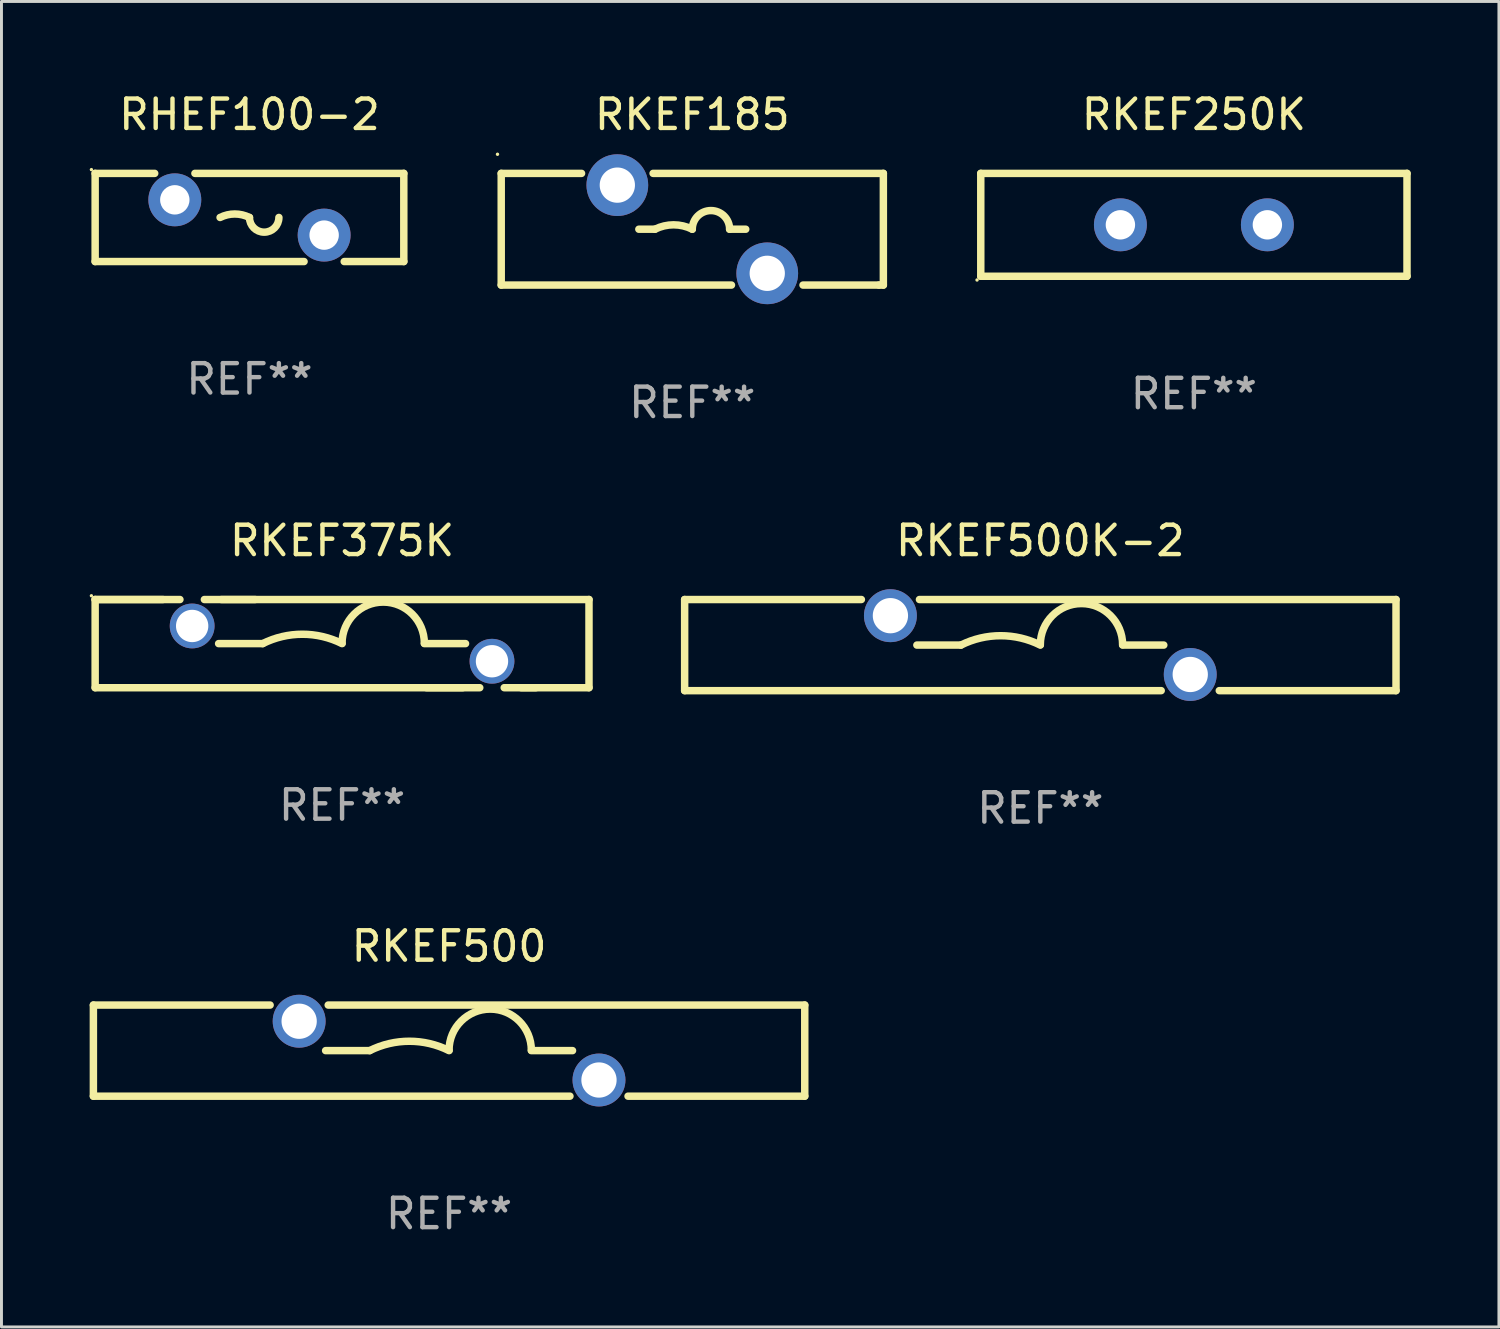
<source format=kicad_pcb>
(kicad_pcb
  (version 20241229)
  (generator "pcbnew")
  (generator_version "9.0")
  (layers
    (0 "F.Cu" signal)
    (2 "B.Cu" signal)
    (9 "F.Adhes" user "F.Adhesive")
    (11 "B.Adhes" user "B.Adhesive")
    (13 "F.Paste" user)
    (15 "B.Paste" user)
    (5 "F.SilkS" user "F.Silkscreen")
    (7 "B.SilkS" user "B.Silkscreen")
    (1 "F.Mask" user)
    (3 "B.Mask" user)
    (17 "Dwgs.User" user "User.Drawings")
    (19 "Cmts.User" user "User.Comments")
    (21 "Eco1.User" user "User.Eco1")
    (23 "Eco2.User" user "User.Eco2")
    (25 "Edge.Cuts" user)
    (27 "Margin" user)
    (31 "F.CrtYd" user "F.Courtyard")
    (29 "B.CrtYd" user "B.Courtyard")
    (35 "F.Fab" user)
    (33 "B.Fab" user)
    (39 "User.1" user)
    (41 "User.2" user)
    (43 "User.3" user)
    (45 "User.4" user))
  (footprint "RKEF185"
    (layer "F.Cu")
    (at 20.501 4.748)
    (property "Reference" "RKEF185" (at 0 -3.9 0) (layer "F.SilkS") (effects (font (size 1 1) (thickness 0.15))))
    (attr through_hole)
    (fp_line (start -6.5 -1.9) (end -6.5 1.9) (stroke (width 0.254) (type solid)) (layer "F.SilkS"))
    (fp_line (start -6.5 -1.9) (end -3.767 -1.9) (stroke (width 0.254) (type solid)) (layer "F.SilkS"))
    (fp_line (start -6.5 1.9) (end 1.333 1.9) (stroke (width 0.254) (type solid)) (layer "F.SilkS"))
    (fp_line (start -1.818 0) (end -1.27 0) (stroke (width 0.254) (type solid)) (layer "F.SilkS"))
    (fp_line (start -1.333 -1.9) (end 6.5 -1.9) (stroke (width 0.254) (type solid)) (layer "F.SilkS"))
    (fp_line (start 1.818 0) (end 1.27 0) (stroke (width 0.254) (type solid)) (layer "F.SilkS"))
    (fp_line (start 3.767 1.9) (end 6.35 1.9) (stroke (width 0.254) (type solid)) (layer "F.SilkS"))
    (fp_line (start 6.35 1.9) (end 6.5 1.9) (stroke (width 0.254) (type solid)) (layer "F.SilkS"))
    (fp_line (start 6.5 -1.9) (end 6.5 1.9) (stroke (width 0.254) (type solid)) (layer "F.SilkS"))
    (fp_arc (start -1.26999 0) (mid -0.634989 -0.149903) (end 0.000013 0) (stroke (width 0.254001) (type solid)) (layer "F.SilkS"))
    (fp_arc (start 0.000013 0) (mid 0.635014 -0.635001) (end 1.270015 0) (stroke (width 0.254001) (type solid)) (layer "F.SilkS"))
    (fp_circle (center -6.627 -2.55) (end -6.597 -2.55) (stroke (width 0.06) (type solid)) (fill no) (layer "F.SilkS"))
    (fp_text user "REF**" (at 0 5.9 0) (layer "F.Fab") (effects (font (size 1 1) (thickness 0.15))))
    (pad "1" thru_hole circle (at -2.55 -1.5) (size 2.1 2.1) (drill 1.2) (layers "*.Cu" "*.Mask"))
    (pad "2" thru_hole circle (at 2.55 1.5) (size 2.1 2.1) (drill 1.2) (layers "*.Cu" "*.Mask")))
  (footprint "RKEF375K"
    (layer "F.Cu")
    (at 8.587 18.845)
    (property "Reference" "RKEF375K" (at 0 -3.5 0) (layer "F.SilkS") (effects (font (size 1 1) (thickness 0.15))))
    (attr through_hole)
    (fp_line (start -8.4 -1.5) (end -8.4 1.5) (stroke (width 0.254) (type solid)) (layer "F.SilkS"))
    (fp_line (start -8.4 -1.5) (end -6.093 -1.5) (stroke (width 0.254) (type solid)) (layer "F.SilkS"))
    (fp_line (start -8.4 -1.5) (end -5.516 -1.5) (stroke (width 0.254) (type solid)) (layer "F.SilkS"))
    (fp_line (start -4.684 -1.5) (end -2.955 -1.5) (stroke (width 0.254) (type solid)) (layer "F.SilkS"))
    (fp_line (start -4.107 -1.5) (end 8.4 -1.5) (stroke (width 0.254) (type solid)) (layer "F.SilkS"))
    (fp_line (start -2.7 -0.000127) (end -4.2 -0.000127) (stroke (width 0.254) (type solid)) (layer "F.SilkS"))
    (fp_line (start 2.8 -0.000127) (end 4.2 -0.000127) (stroke (width 0.254) (type solid)) (layer "F.SilkS"))
    (fp_line (start 2.87 1.5) (end 4.684 1.5) (stroke (width 0.254) (type solid)) (layer "F.SilkS"))
    (fp_line (start 4.107 1.5) (end -8.4 1.5) (stroke (width 0.254) (type solid)) (layer "F.SilkS"))
    (fp_line (start 5.516 1.5) (end 6.596 1.5) (stroke (width 0.254) (type solid)) (layer "F.SilkS"))
    (fp_line (start 8.4 1.5) (end 6.093 1.5) (stroke (width 0.254) (type solid)) (layer "F.SilkS"))
    (fp_line (start 8.4 1.5) (end 8.4 -1.5) (stroke (width 0.254) (type solid)) (layer "F.SilkS"))
    (fp_arc (start -2.700025 -0.000127) (mid -1.350013 -0.318821) (end 0 -0.000127) (stroke (width 0.254001) (type solid)) (layer "F.SilkS"))
    (fp_arc (start 0 -0.012827) (mid 1.399543 -1.411862) (end 2.799086 -0.012827) (stroke (width 0.254001) (type solid)) (layer "F.SilkS"))
    (fp_circle (center -8.527 -1.627) (end -8.497 -1.627) (stroke (width 0.06) (type solid)) (fill no) (layer "F.SilkS"))
    (fp_text user "REF**" (at 0 5.5 0) (layer "F.Fab") (effects (font (size 1 1) (thickness 0.15))))
    (pad "1" thru_hole circle (at -5.1 -0.6) (size 1.524 1.524) (drill 1.1) (layers "*.Cu" "*.Mask"))
    (pad "2" thru_hole circle (at 5.1 0.6) (size 1.524 1.524) (drill 1.1) (layers "*.Cu" "*.Mask")))
  (footprint "RKEF250K"
    (layer "F.Cu")
    (at 37.565 4.598)
    (property "Reference" "RKEF250K" (at 0 -3.75 0) (layer "F.SilkS") (effects (font (size 1 1) (thickness 0.15))))
    (attr through_hole)
    (fp_line (start -7.25 -1.75) (end -7.25 1.75) (stroke (width 0.254) (type solid)) (layer "F.SilkS"))
    (fp_line (start -7.25 -1.75) (end 7.25 -1.75) (stroke (width 0.254) (type solid)) (layer "F.SilkS"))
    (fp_line (start 7.25 -1.75) (end 7.25 1.75) (stroke (width 0.254) (type solid)) (layer "F.SilkS"))
    (fp_line (start 7.25 1.75) (end -7.25 1.75) (stroke (width 0.254) (type solid)) (layer "F.SilkS"))
    (fp_circle (center -7.377 1.877) (end -7.347 1.877) (stroke (width 0.06) (type solid)) (fill no) (layer "F.SilkS"))
    (fp_text user "REF**" (at 0 5.75 0) (layer "F.Fab") (effects (font (size 1 1) (thickness 0.15))))
    (pad "1" thru_hole circle (at -2.5 0) (size 1.8 1.8) (drill 1) (layers "*.Cu" "*.Mask"))
    (pad "2" thru_hole circle (at 2.5 0) (size 1.8 1.8) (drill 1) (layers "*.Cu" "*.Mask")))
  (footprint "RHEF100-2"
    (layer "F.Cu")
    (at 5.437 4.348)
    (property "Reference" "RHEF100-2" (at 0 -3.5 0) (layer "F.SilkS") (effects (font (size 1 1) (thickness 0.15))))
    (attr through_hole)
    (fp_line (start -5.25 -1.5) (end -3.224 -1.5) (stroke (width 0.254) (type solid)) (layer "F.SilkS"))
    (fp_line (start -5.25 1.5) (end -5.25 -1.5) (stroke (width 0.254) (type solid)) (layer "F.SilkS"))
    (fp_line (start -1.856 -1.5) (end 5.25 -1.5) (stroke (width 0.254) (type solid)) (layer "F.SilkS"))
    (fp_line (start 1.857 1.5) (end -5.25 1.5) (stroke (width 0.254) (type solid)) (layer "F.SilkS"))
    (fp_line (start 5.25 -1.5) (end 5.25 1.5) (stroke (width 0.254) (type solid)) (layer "F.SilkS"))
    (fp_line (start 5.25 1.5) (end 3.223 1.5) (stroke (width 0.254) (type solid)) (layer "F.SilkS"))
    (fp_arc (start -1 -0.000127) (mid -0.5 -0.118148) (end 0 -0.000127) (stroke (width 0.254001) (type solid)) (layer "F.SilkS"))
    (fp_arc (start 1.000762 -0.000127) (mid 0.500381 0.5) (end 0 -0.000127) (stroke (width 0.254001) (type solid)) (layer "F.SilkS"))
    (fp_circle (center -5.377 -1.627) (end -5.347 -1.627) (stroke (width 0.06) (type solid)) (fill no) (layer "F.SilkS"))
    (fp_text user "REF**" (at 0 5.5 0) (layer "F.Fab") (effects (font (size 1 1) (thickness 0.15))))
    (pad "1" thru_hole circle (at -2.54 -0.6) (size 1.8 1.8) (drill 1) (layers "*.Cu" "*.Mask"))
    (pad "2" thru_hole circle (at 2.54 0.6) (size 1.8 1.8) (drill 1) (layers "*.Cu" "*.Mask")))
  (footprint "RKEF500K-2"
    (layer "F.Cu")
    (at 32.341 18.895)
    (property "Reference" "RKEF500K-2" (at 0 -3.55 0) (layer "F.SilkS") (effects (font (size 1 1) (thickness 0.15))))
    (attr through_hole)
    (fp_line (start -12.1 -1.55) (end -6.088 -1.55) (stroke (width 0.254) (type solid)) (layer "F.SilkS"))
    (fp_line (start -12.1 1.55) (end -12.1 -1.55) (stroke (width 0.254) (type solid)) (layer "F.SilkS"))
    (fp_line (start -4.112 -1.55) (end 12.1 -1.55) (stroke (width 0.254) (type solid)) (layer "F.SilkS"))
    (fp_line (start -2.7 -0.000013) (end -4.2 -0.000013) (stroke (width 0.254) (type solid)) (layer "F.SilkS"))
    (fp_line (start 2.8 -0.000013) (end 4.2 -0.000013) (stroke (width 0.254) (type solid)) (layer "F.SilkS"))
    (fp_line (start 4.112 1.55) (end -12.1 1.55) (stroke (width 0.254) (type solid)) (layer "F.SilkS"))
    (fp_line (start 12.1 -1.55) (end 12.1 1.55) (stroke (width 0.254) (type solid)) (layer "F.SilkS"))
    (fp_line (start 12.1 1.55) (end 6.088 1.55) (stroke (width 0.254) (type solid)) (layer "F.SilkS"))
    (fp_arc (start -2.700025 -0.000013) (mid -1.350012 -0.318707) (end 0.000001 -0.000012) (stroke (width 0.254001) (type solid)) (layer "F.SilkS"))
    (fp_arc (start 0 -0.012713) (mid 1.399543 -1.411748) (end 2.799086 -0.012713) (stroke (width 0.254001) (type solid)) (layer "F.SilkS"))
    (fp_circle (center -12.1 -1.55) (end -12.07 -1.55) (stroke (width 0.06) (type solid)) (fill no) (layer "F.SilkS"))
    (fp_text user "REF**" (at 0 5.55 0) (layer "F.Fab") (effects (font (size 1 1) (thickness 0.15))))
    (pad "1" thru_hole circle (at -5.1 -1) (size 1.8 1.8) (drill 1.2) (layers "*.Cu" "*.Mask"))
    (pad "2" thru_hole circle (at 5.1 1) (size 1.8 1.8) (drill 1.2) (layers "*.Cu" "*.Mask")))
  (footprint "RKEF500"
    (layer "F.Cu")
    (at 12.227 32.691)
    (property "Reference" "RKEF500" (at 0 -3.55 0) (layer "F.SilkS") (effects (font (size 1 1) (thickness 0.15))))
    (attr through_hole)
    (fp_line (start -12.1 -1.55) (end -6.088 -1.55) (stroke (width 0.254) (type solid)) (layer "F.SilkS"))
    (fp_line (start -12.1 1.55) (end -12.1 -1.55) (stroke (width 0.254) (type solid)) (layer "F.SilkS"))
    (fp_line (start -4.112 -1.55) (end 12.1 -1.55) (stroke (width 0.254) (type solid)) (layer "F.SilkS"))
    (fp_line (start -2.7 -0.000013) (end -4.2 -0.000013) (stroke (width 0.254) (type solid)) (layer "F.SilkS"))
    (fp_line (start 2.8 -0.000013) (end 4.2 -0.000013) (stroke (width 0.254) (type solid)) (layer "F.SilkS"))
    (fp_line (start 4.112 1.55) (end -12.1 1.55) (stroke (width 0.254) (type solid)) (layer "F.SilkS"))
    (fp_line (start 12.1 -1.55) (end 12.1 1.55) (stroke (width 0.254) (type solid)) (layer "F.SilkS"))
    (fp_line (start 12.1 1.55) (end 6.088 1.55) (stroke (width 0.254) (type solid)) (layer "F.SilkS"))
    (fp_arc (start -2.700025 -0.000013) (mid -1.350012 -0.318707) (end 0.000001 -0.000012) (stroke (width 0.254001) (type solid)) (layer "F.SilkS"))
    (fp_arc (start 0 -0.012713) (mid 1.399543 -1.411748) (end 2.799086 -0.012713) (stroke (width 0.254001) (type solid)) (layer "F.SilkS"))
    (fp_circle (center -12.1 -1.55) (end -12.07 -1.55) (stroke (width 0.06) (type solid)) (fill no) (layer "F.SilkS"))
    (fp_text user "REF**" (at 0 5.55 0) (layer "F.Fab") (effects (font (size 1 1) (thickness 0.15))))
    (pad "1" thru_hole circle (at -5.1 -1) (size 1.8 1.8) (drill 1.2) (layers "*.Cu" "*.Mask"))
    (pad "2" thru_hole circle (at 5.1 1) (size 1.8 1.8) (drill 1.2) (layers "*.Cu" "*.Mask")))
  (gr_rect
    (start -3 -3)
    (end 47.942 42.09)
    (stroke (width 0.1) (type default))
    (fill no)
    (layer "Edge.Cuts")))
</source>
